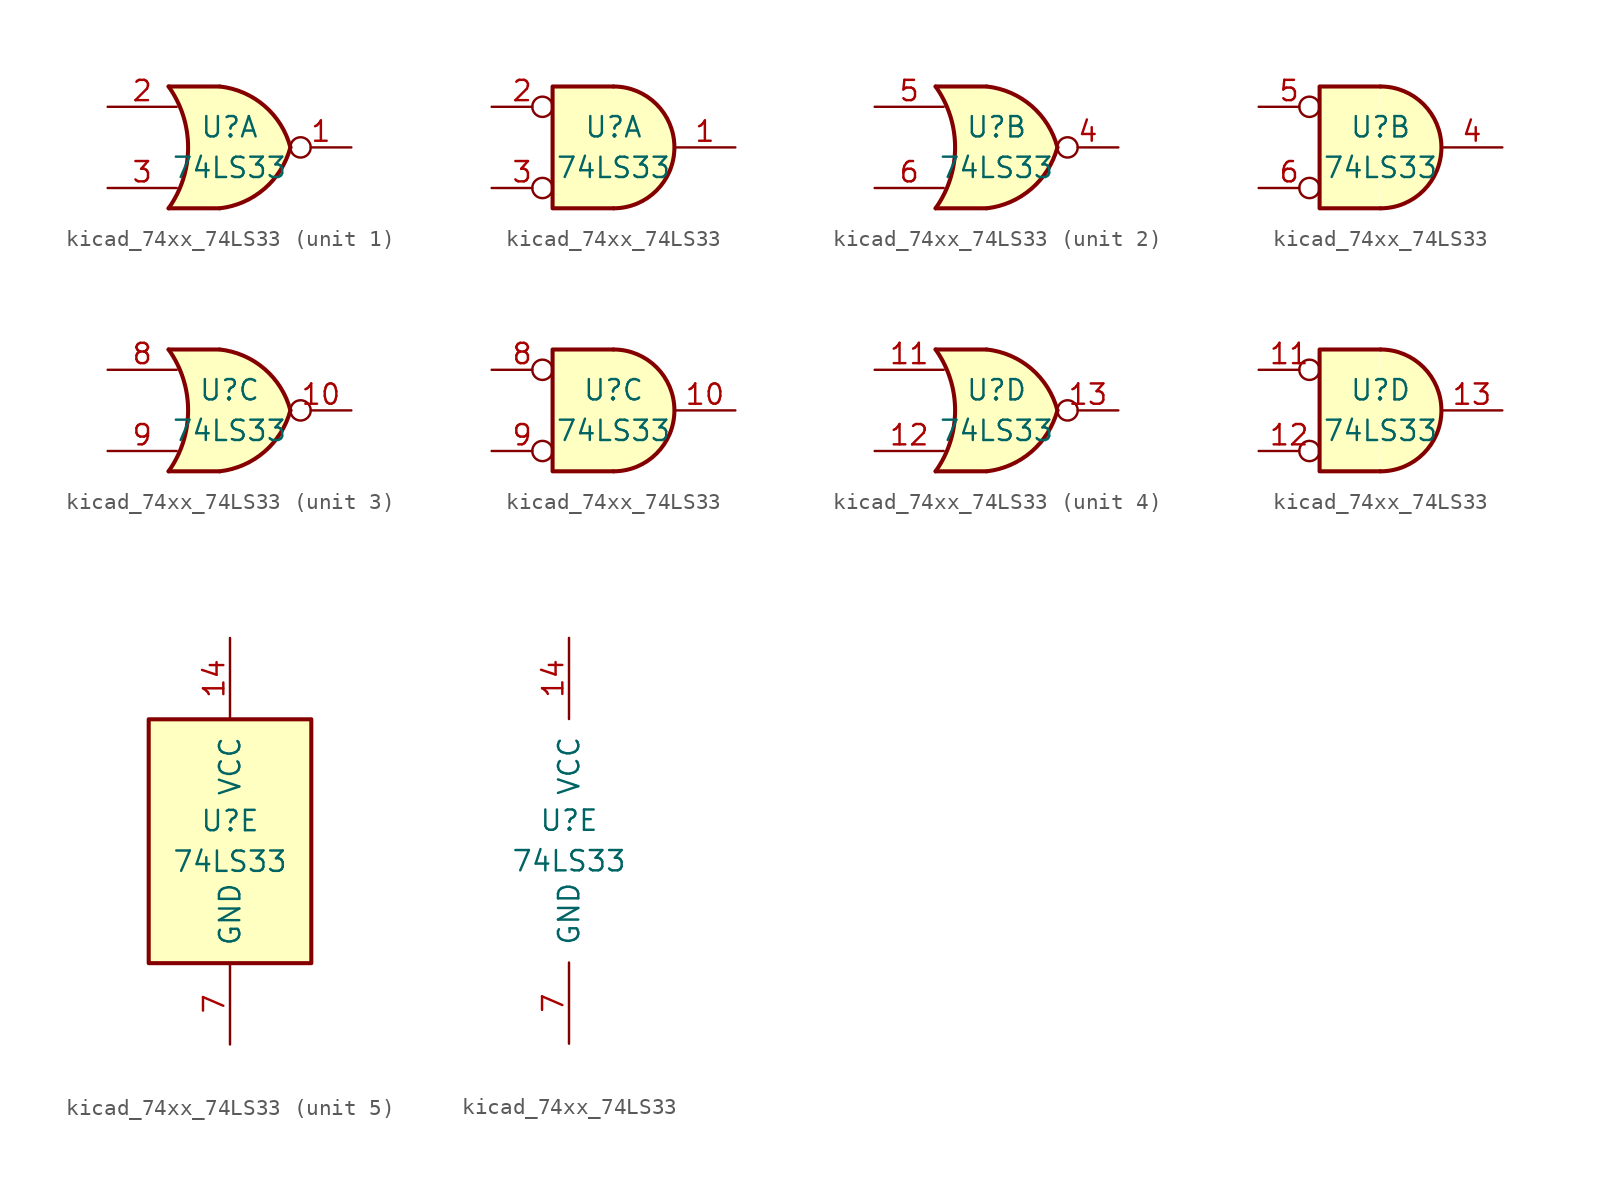
<source format=kicad_sym>
(kicad_symbol_lib
  (version 20220914)
  (generator kicad_symbol_editor)
  (symbol "kicad_74xx_74LS33"
    (pin_names
      (offset 1.016))
    (property "Reference" "U"
      (at 0 1.27 0)
      (effects (font (size 1.27 1.27))))
    (property "Value" "74LS33"
      (at 0 -1.27 0)
      (effects (font (size 1.27 1.27))))
    (property "ki_locked" ""
      (at 0 0 0)
      (effects (font (size 1.27 1.27))))
    (symbol "kicad_74xx_74LS33_1_1"
      (arc (start -3.81 -3.81) (mid -2.589 0) (end -3.81 3.81) (stroke (width 0.254) (type default)) (fill (type none)))
      (arc (start -0.6096 -3.81) (mid 2.1842 -2.5851) (end 3.81 0) (stroke (width 0.254) (type default)) (fill (type background)))
      (polyline (pts (xy -3.81 -3.81) (xy -0.635 -3.81)) (stroke (width 0.254) (type default)) (fill (type background)))
      (polyline (pts (xy -3.81 3.81) (xy -0.635 3.81)) (stroke (width 0.254) (type default)) (fill (type background)))
      (polyline (pts (xy -0.635 3.81) (xy -3.81 3.81) (xy -3.81 3.81) (xy -3.556 3.404) (xy -3.023 2.261) (xy -2.692 1.041) (xy -2.616 -0.254) (xy -2.769 -1.499) (xy -3.175 -2.718) (xy -3.81 -3.81) (xy -3.81 -3.81) (xy -0.635 -3.81)) (stroke (width -25.4) (type default)) (fill (type background)))
      (arc (start 3.81 0) (mid 2.1915 2.5936) (end -0.6096 3.81) (stroke (width 0.254) (type default)) (fill (type background)))
      (pin open_collector inverted (at 7.62 0 180) (length 3.81) (name "~" (effects (font (size 1.27 1.27)))) (number "1" (effects (font (size 1.27 1.27)))))
      (pin input line (at -7.62 2.54 0) (length 4.318) (name "~" (effects (font (size 1.27 1.27)))) (number "2" (effects (font (size 1.27 1.27)))))
      (pin input line (at -7.62 -2.54 0) (length 4.318) (name "~" (effects (font (size 1.27 1.27)))) (number "3" (effects (font (size 1.27 1.27))))))
    (symbol "kicad_74xx_74LS33_1_2"
      (arc (start 0 -3.81) (mid 3.7934 0) (end 0 3.81) (stroke (width 0.254) (type default)) (fill (type background)))
      (polyline (pts (xy 0 3.81) (xy -3.81 3.81) (xy -3.81 -3.81) (xy 0 -3.81)) (stroke (width 0.254) (type default)) (fill (type background)))
      (pin open_collector line (at 7.62 0 180) (length 3.81) (name "~" (effects (font (size 1.27 1.27)))) (number "1" (effects (font (size 1.27 1.27)))))
      (pin input inverted (at -7.62 2.54 0) (length 3.81) (name "~" (effects (font (size 1.27 1.27)))) (number "2" (effects (font (size 1.27 1.27)))))
      (pin input inverted (at -7.62 -2.54 0) (length 3.81) (name "~" (effects (font (size 1.27 1.27)))) (number "3" (effects (font (size 1.27 1.27))))))
    (symbol "kicad_74xx_74LS33_2_1"
      (arc (start -3.81 -3.81) (mid -2.589 0) (end -3.81 3.81) (stroke (width 0.254) (type default)) (fill (type none)))
      (arc (start -0.6096 -3.81) (mid 2.1842 -2.5851) (end 3.81 0) (stroke (width 0.254) (type default)) (fill (type background)))
      (polyline (pts (xy -3.81 -3.81) (xy -0.635 -3.81)) (stroke (width 0.254) (type default)) (fill (type background)))
      (polyline (pts (xy -3.81 3.81) (xy -0.635 3.81)) (stroke (width 0.254) (type default)) (fill (type background)))
      (polyline (pts (xy -0.635 3.81) (xy -3.81 3.81) (xy -3.81 3.81) (xy -3.556 3.404) (xy -3.023 2.261) (xy -2.692 1.041) (xy -2.616 -0.254) (xy -2.769 -1.499) (xy -3.175 -2.718) (xy -3.81 -3.81) (xy -3.81 -3.81) (xy -0.635 -3.81)) (stroke (width -25.4) (type default)) (fill (type background)))
      (arc (start 3.81 0) (mid 2.1915 2.5936) (end -0.6096 3.81) (stroke (width 0.254) (type default)) (fill (type background)))
      (pin open_collector inverted (at 7.62 0 180) (length 3.81) (name "~" (effects (font (size 1.27 1.27)))) (number "4" (effects (font (size 1.27 1.27)))))
      (pin input line (at -7.62 2.54 0) (length 4.318) (name "~" (effects (font (size 1.27 1.27)))) (number "5" (effects (font (size 1.27 1.27)))))
      (pin input line (at -7.62 -2.54 0) (length 4.318) (name "~" (effects (font (size 1.27 1.27)))) (number "6" (effects (font (size 1.27 1.27))))))
    (symbol "kicad_74xx_74LS33_2_2"
      (arc (start 0 -3.81) (mid 3.7934 0) (end 0 3.81) (stroke (width 0.254) (type default)) (fill (type background)))
      (polyline (pts (xy 0 3.81) (xy -3.81 3.81) (xy -3.81 -3.81) (xy 0 -3.81)) (stroke (width 0.254) (type default)) (fill (type background)))
      (pin open_collector line (at 7.62 0 180) (length 3.81) (name "~" (effects (font (size 1.27 1.27)))) (number "4" (effects (font (size 1.27 1.27)))))
      (pin input inverted (at -7.62 2.54 0) (length 3.81) (name "~" (effects (font (size 1.27 1.27)))) (number "5" (effects (font (size 1.27 1.27)))))
      (pin input inverted (at -7.62 -2.54 0) (length 3.81) (name "~" (effects (font (size 1.27 1.27)))) (number "6" (effects (font (size 1.27 1.27))))))
    (symbol "kicad_74xx_74LS33_3_1"
      (arc (start -3.81 -3.81) (mid -2.589 0) (end -3.81 3.81) (stroke (width 0.254) (type default)) (fill (type none)))
      (arc (start -0.6096 -3.81) (mid 2.1842 -2.5851) (end 3.81 0) (stroke (width 0.254) (type default)) (fill (type background)))
      (polyline (pts (xy -3.81 -3.81) (xy -0.635 -3.81)) (stroke (width 0.254) (type default)) (fill (type background)))
      (polyline (pts (xy -3.81 3.81) (xy -0.635 3.81)) (stroke (width 0.254) (type default)) (fill (type background)))
      (polyline (pts (xy -0.635 3.81) (xy -3.81 3.81) (xy -3.81 3.81) (xy -3.556 3.404) (xy -3.023 2.261) (xy -2.692 1.041) (xy -2.616 -0.254) (xy -2.769 -1.499) (xy -3.175 -2.718) (xy -3.81 -3.81) (xy -3.81 -3.81) (xy -0.635 -3.81)) (stroke (width -25.4) (type default)) (fill (type background)))
      (arc (start 3.81 0) (mid 2.1915 2.5936) (end -0.6096 3.81) (stroke (width 0.254) (type default)) (fill (type background)))
      (pin open_collector inverted (at 7.62 0 180) (length 3.81) (name "~" (effects (font (size 1.27 1.27)))) (number "10" (effects (font (size 1.27 1.27)))))
      (pin input line (at -7.62 2.54 0) (length 4.318) (name "~" (effects (font (size 1.27 1.27)))) (number "8" (effects (font (size 1.27 1.27)))))
      (pin input line (at -7.62 -2.54 0) (length 4.318) (name "~" (effects (font (size 1.27 1.27)))) (number "9" (effects (font (size 1.27 1.27))))))
    (symbol "kicad_74xx_74LS33_3_2"
      (arc (start 0 -3.81) (mid 3.7934 0) (end 0 3.81) (stroke (width 0.254) (type default)) (fill (type background)))
      (polyline (pts (xy 0 3.81) (xy -3.81 3.81) (xy -3.81 -3.81) (xy 0 -3.81)) (stroke (width 0.254) (type default)) (fill (type background)))
      (pin open_collector line (at 7.62 0 180) (length 3.81) (name "~" (effects (font (size 1.27 1.27)))) (number "10" (effects (font (size 1.27 1.27)))))
      (pin input inverted (at -7.62 2.54 0) (length 3.81) (name "~" (effects (font (size 1.27 1.27)))) (number "8" (effects (font (size 1.27 1.27)))))
      (pin input inverted (at -7.62 -2.54 0) (length 3.81) (name "~" (effects (font (size 1.27 1.27)))) (number "9" (effects (font (size 1.27 1.27))))))
    (symbol "kicad_74xx_74LS33_4_1"
      (arc (start -3.81 -3.81) (mid -2.589 0) (end -3.81 3.81) (stroke (width 0.254) (type default)) (fill (type none)))
      (arc (start -0.6096 -3.81) (mid 2.1842 -2.5851) (end 3.81 0) (stroke (width 0.254) (type default)) (fill (type background)))
      (polyline (pts (xy -3.81 -3.81) (xy -0.635 -3.81)) (stroke (width 0.254) (type default)) (fill (type background)))
      (polyline (pts (xy -3.81 3.81) (xy -0.635 3.81)) (stroke (width 0.254) (type default)) (fill (type background)))
      (polyline (pts (xy -0.635 3.81) (xy -3.81 3.81) (xy -3.81 3.81) (xy -3.556 3.404) (xy -3.023 2.261) (xy -2.692 1.041) (xy -2.616 -0.254) (xy -2.769 -1.499) (xy -3.175 -2.718) (xy -3.81 -3.81) (xy -3.81 -3.81) (xy -0.635 -3.81)) (stroke (width -25.4) (type default)) (fill (type background)))
      (arc (start 3.81 0) (mid 2.1915 2.5936) (end -0.6096 3.81) (stroke (width 0.254) (type default)) (fill (type background)))
      (pin input line (at -7.62 2.54 0) (length 4.318) (name "~" (effects (font (size 1.27 1.27)))) (number "11" (effects (font (size 1.27 1.27)))))
      (pin input line (at -7.62 -2.54 0) (length 4.318) (name "~" (effects (font (size 1.27 1.27)))) (number "12" (effects (font (size 1.27 1.27)))))
      (pin open_collector inverted (at 7.62 0 180) (length 3.81) (name "~" (effects (font (size 1.27 1.27)))) (number "13" (effects (font (size 1.27 1.27))))))
    (symbol "kicad_74xx_74LS33_4_2"
      (arc (start 0 -3.81) (mid 3.7934 0) (end 0 3.81) (stroke (width 0.254) (type default)) (fill (type background)))
      (polyline (pts (xy 0 3.81) (xy -3.81 3.81) (xy -3.81 -3.81) (xy 0 -3.81)) (stroke (width 0.254) (type default)) (fill (type background)))
      (pin input inverted (at -7.62 2.54 0) (length 3.81) (name "~" (effects (font (size 1.27 1.27)))) (number "11" (effects (font (size 1.27 1.27)))))
      (pin input inverted (at -7.62 -2.54 0) (length 3.81) (name "~" (effects (font (size 1.27 1.27)))) (number "12" (effects (font (size 1.27 1.27)))))
      (pin open_collector line (at 7.62 0 180) (length 3.81) (name "~" (effects (font (size 1.27 1.27)))) (number "13" (effects (font (size 1.27 1.27))))))
    (symbol "kicad_74xx_74LS33_5_0"
      (pin power_in line (at 0 12.7 270) (length 5.08) (name "VCC" (effects (font (size 1.27 1.27)))) (number "14" (effects (font (size 1.27 1.27)))))
      (pin power_in line (at 0 -12.7 90) (length 5.08) (name "GND" (effects (font (size 1.27 1.27)))) (number "7" (effects (font (size 1.27 1.27))))))
    (symbol "kicad_74xx_74LS33_5_1"
      (rectangle (start -5.08 7.62) (end 5.08 -7.62) (stroke (width 0.254) (type default)) (fill (type background))))))
</source>
